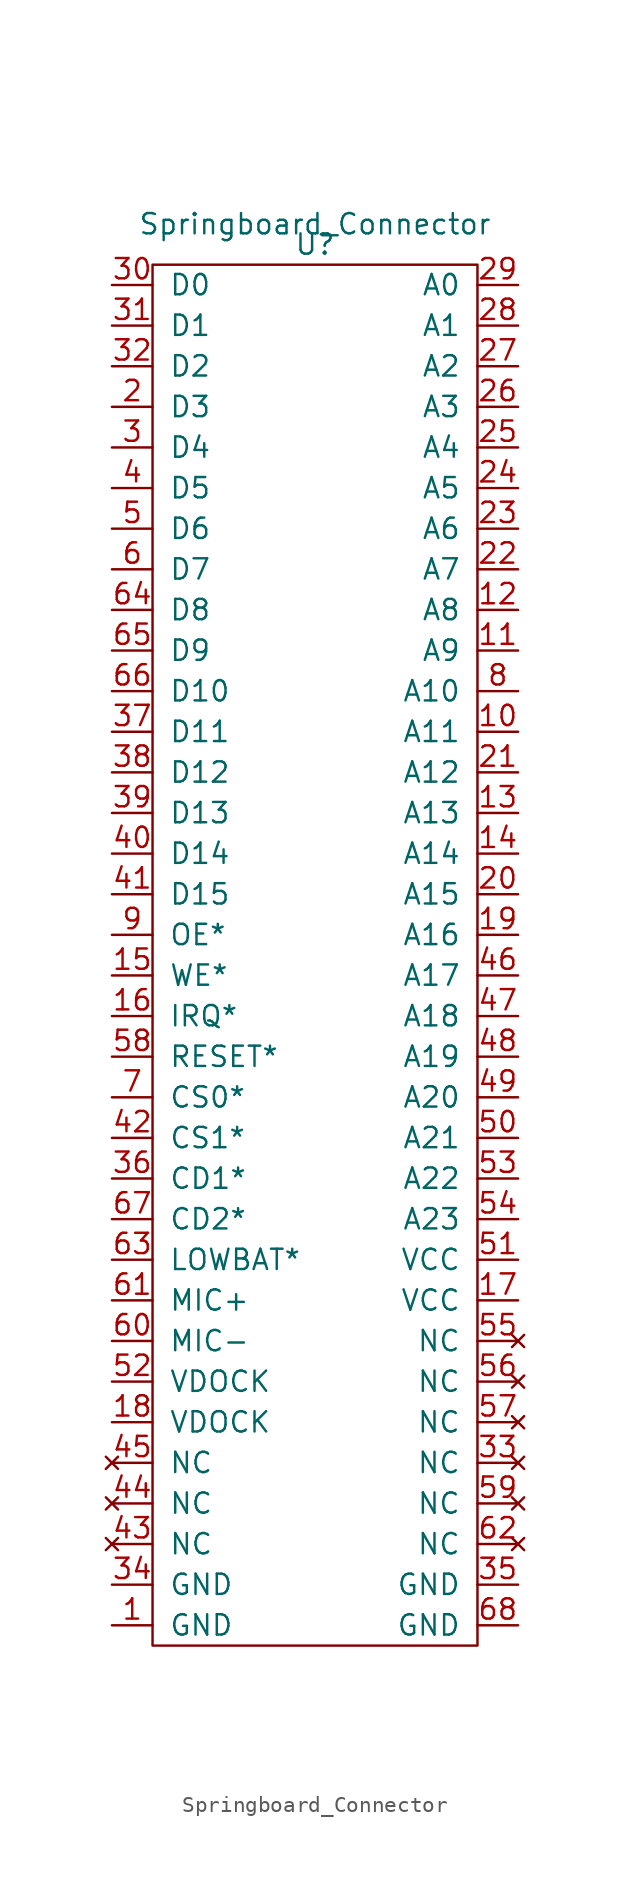
<source format=kicad_sym>
(kicad_symbol_lib
  (version 20211014)
  (generator kicad_symbol_editor)
  (symbol "Springboard_Connector"
    (pin_names
      (offset 1.016))
    (property "Reference" "U"
      (at 0 1.27 0)
      (effects (font (size 1.27 1.27))))
    (property "Value" "Springboard_Connector"
      (at 0 2.54 0)
      (effects (font (size 1.27 1.27))))
    (symbol "Springboard_Connector_0_1"
      (rectangle (start -10.16 0) (end 10.16 -86.36) (stroke (width 0) (type default) (color 0 0 0 0)) (fill (type none))))
    (symbol "Springboard_Connector_1_1"
      (pin power_in line (at -12.7 -85.09 0) (length 2.54) (name "GND" (effects (font (size 1.27 1.27)))) (number "1" (effects (font (size 1.27 1.27)))))
      (pin input line (at 12.7 -29.21 180) (length 2.54) (name "A11" (effects (font (size 1.27 1.27)))) (number "10" (effects (font (size 1.27 1.27)))))
      (pin input line (at 12.7 -24.13 180) (length 2.54) (name "A9" (effects (font (size 1.27 1.27)))) (number "11" (effects (font (size 1.27 1.27)))))
      (pin input line (at 12.7 -21.59 180) (length 2.54) (name "A8" (effects (font (size 1.27 1.27)))) (number "12" (effects (font (size 1.27 1.27)))))
      (pin input line (at 12.7 -34.29 180) (length 2.54) (name "A13" (effects (font (size 1.27 1.27)))) (number "13" (effects (font (size 1.27 1.27)))))
      (pin input line (at 12.7 -36.83 180) (length 2.54) (name "A14" (effects (font (size 1.27 1.27)))) (number "14" (effects (font (size 1.27 1.27)))))
      (pin input line (at -12.7 -44.45 0) (length 2.54) (name "WE*" (effects (font (size 1.27 1.27)))) (number "15" (effects (font (size 1.27 1.27)))))
      (pin output line (at -12.7 -46.99 0) (length 2.54) (name "IRQ*" (effects (font (size 1.27 1.27)))) (number "16" (effects (font (size 1.27 1.27)))))
      (pin power_in line (at 12.7 -64.77 180) (length 2.54) (name "VCC" (effects (font (size 1.27 1.27)))) (number "17" (effects (font (size 1.27 1.27)))))
      (pin power_in line (at -12.7 -72.39 0) (length 2.54) (name "VDOCK" (effects (font (size 1.27 1.27)))) (number "18" (effects (font (size 1.27 1.27)))))
      (pin input line (at 12.7 -41.91 180) (length 2.54) (name "A16" (effects (font (size 1.27 1.27)))) (number "19" (effects (font (size 1.27 1.27)))))
      (pin bidirectional line (at -12.7 -8.89 0) (length 2.54) (name "D3" (effects (font (size 1.27 1.27)))) (number "2" (effects (font (size 1.27 1.27)))))
      (pin input line (at 12.7 -39.37 180) (length 2.54) (name "A15" (effects (font (size 1.27 1.27)))) (number "20" (effects (font (size 1.27 1.27)))))
      (pin input line (at 12.7 -31.75 180) (length 2.54) (name "A12" (effects (font (size 1.27 1.27)))) (number "21" (effects (font (size 1.27 1.27)))))
      (pin input line (at 12.7 -19.05 180) (length 2.54) (name "A7" (effects (font (size 1.27 1.27)))) (number "22" (effects (font (size 1.27 1.27)))))
      (pin input line (at 12.7 -16.51 180) (length 2.54) (name "A6" (effects (font (size 1.27 1.27)))) (number "23" (effects (font (size 1.27 1.27)))))
      (pin input line (at 12.7 -13.97 180) (length 2.54) (name "A5" (effects (font (size 1.27 1.27)))) (number "24" (effects (font (size 1.27 1.27)))))
      (pin input line (at 12.7 -11.43 180) (length 2.54) (name "A4" (effects (font (size 1.27 1.27)))) (number "25" (effects (font (size 1.27 1.27)))))
      (pin input line (at 12.7 -8.89 180) (length 2.54) (name "A3" (effects (font (size 1.27 1.27)))) (number "26" (effects (font (size 1.27 1.27)))))
      (pin input line (at 12.7 -6.35 180) (length 2.54) (name "A2" (effects (font (size 1.27 1.27)))) (number "27" (effects (font (size 1.27 1.27)))))
      (pin input line (at 12.7 -3.81 180) (length 2.54) (name "A1" (effects (font (size 1.27 1.27)))) (number "28" (effects (font (size 1.27 1.27)))))
      (pin input line (at 12.7 -1.27 180) (length 2.54) (name "A0" (effects (font (size 1.27 1.27)))) (number "29" (effects (font (size 1.27 1.27)))))
      (pin bidirectional line (at -12.7 -11.43 0) (length 2.54) (name "D4" (effects (font (size 1.27 1.27)))) (number "3" (effects (font (size 1.27 1.27)))))
      (pin bidirectional line (at -12.7 -1.27 0) (length 2.54) (name "D0" (effects (font (size 1.27 1.27)))) (number "30" (effects (font (size 1.27 1.27)))))
      (pin bidirectional line (at -12.7 -3.81 0) (length 2.54) (name "D1" (effects (font (size 1.27 1.27)))) (number "31" (effects (font (size 1.27 1.27)))))
      (pin bidirectional line (at -12.7 -6.35 0) (length 2.54) (name "D2" (effects (font (size 1.27 1.27)))) (number "32" (effects (font (size 1.27 1.27)))))
      (pin no_connect line (at 12.7 -74.93 180) (length 2.54) (name "NC" (effects (font (size 1.27 1.27)))) (number "33" (effects (font (size 1.27 1.27)))))
      (pin power_in line (at -12.7 -82.55 0) (length 2.54) (name "GND" (effects (font (size 1.27 1.27)))) (number "34" (effects (font (size 1.27 1.27)))))
      (pin power_in line (at 12.7 -82.55 180) (length 2.54) (name "GND" (effects (font (size 1.27 1.27)))) (number "35" (effects (font (size 1.27 1.27)))))
      (pin output line (at -12.7 -57.15 0) (length 2.54) (name "CD1*" (effects (font (size 1.27 1.27)))) (number "36" (effects (font (size 1.27 1.27)))))
      (pin bidirectional line (at -12.7 -29.21 0) (length 2.54) (name "D11" (effects (font (size 1.27 1.27)))) (number "37" (effects (font (size 1.27 1.27)))))
      (pin bidirectional line (at -12.7 -31.75 0) (length 2.54) (name "D12" (effects (font (size 1.27 1.27)))) (number "38" (effects (font (size 1.27 1.27)))))
      (pin bidirectional line (at -12.7 -34.29 0) (length 2.54) (name "D13" (effects (font (size 1.27 1.27)))) (number "39" (effects (font (size 1.27 1.27)))))
      (pin bidirectional line (at -12.7 -13.97 0) (length 2.54) (name "D5" (effects (font (size 1.27 1.27)))) (number "4" (effects (font (size 1.27 1.27)))))
      (pin bidirectional line (at -12.7 -36.83 0) (length 2.54) (name "D14" (effects (font (size 1.27 1.27)))) (number "40" (effects (font (size 1.27 1.27)))))
      (pin bidirectional line (at -12.7 -39.37 0) (length 2.54) (name "D15" (effects (font (size 1.27 1.27)))) (number "41" (effects (font (size 1.27 1.27)))))
      (pin input line (at -12.7 -54.61 0) (length 2.54) (name "CS1*" (effects (font (size 1.27 1.27)))) (number "42" (effects (font (size 1.27 1.27)))))
      (pin no_connect line (at -12.7 -80.01 0) (length 2.54) (name "NC" (effects (font (size 1.27 1.27)))) (number "43" (effects (font (size 1.27 1.27)))))
      (pin no_connect line (at -12.7 -77.47 0) (length 2.54) (name "NC" (effects (font (size 1.27 1.27)))) (number "44" (effects (font (size 1.27 1.27)))))
      (pin no_connect line (at -12.7 -74.93 0) (length 2.54) (name "NC" (effects (font (size 1.27 1.27)))) (number "45" (effects (font (size 1.27 1.27)))))
      (pin input line (at 12.7 -44.45 180) (length 2.54) (name "A17" (effects (font (size 1.27 1.27)))) (number "46" (effects (font (size 1.27 1.27)))))
      (pin input line (at 12.7 -46.99 180) (length 2.54) (name "A18" (effects (font (size 1.27 1.27)))) (number "47" (effects (font (size 1.27 1.27)))))
      (pin input line (at 12.7 -49.53 180) (length 2.54) (name "A19" (effects (font (size 1.27 1.27)))) (number "48" (effects (font (size 1.27 1.27)))))
      (pin input line (at 12.7 -52.07 180) (length 2.54) (name "A20" (effects (font (size 1.27 1.27)))) (number "49" (effects (font (size 1.27 1.27)))))
      (pin bidirectional line (at -12.7 -16.51 0) (length 2.54) (name "D6" (effects (font (size 1.27 1.27)))) (number "5" (effects (font (size 1.27 1.27)))))
      (pin input line (at 12.7 -54.61 180) (length 2.54) (name "A21" (effects (font (size 1.27 1.27)))) (number "50" (effects (font (size 1.27 1.27)))))
      (pin power_in line (at 12.7 -62.23 180) (length 2.54) (name "VCC" (effects (font (size 1.27 1.27)))) (number "51" (effects (font (size 1.27 1.27)))))
      (pin power_in line (at -12.7 -69.85 0) (length 2.54) (name "VDOCK" (effects (font (size 1.27 1.27)))) (number "52" (effects (font (size 1.27 1.27)))))
      (pin input line (at 12.7 -57.15 180) (length 2.54) (name "A22" (effects (font (size 1.27 1.27)))) (number "53" (effects (font (size 1.27 1.27)))))
      (pin input line (at 12.7 -59.69 180) (length 2.54) (name "A23" (effects (font (size 1.27 1.27)))) (number "54" (effects (font (size 1.27 1.27)))))
      (pin no_connect line (at 12.7 -67.31 180) (length 2.54) (name "NC" (effects (font (size 1.27 1.27)))) (number "55" (effects (font (size 1.27 1.27)))))
      (pin no_connect line (at 12.7 -69.85 180) (length 2.54) (name "NC" (effects (font (size 1.27 1.27)))) (number "56" (effects (font (size 1.27 1.27)))))
      (pin no_connect line (at 12.7 -72.39 180) (length 2.54) (name "NC" (effects (font (size 1.27 1.27)))) (number "57" (effects (font (size 1.27 1.27)))))
      (pin input line (at -12.7 -49.53 0) (length 2.54) (name "RESET*" (effects (font (size 1.27 1.27)))) (number "58" (effects (font (size 1.27 1.27)))))
      (pin no_connect line (at 12.7 -77.47 180) (length 2.54) (name "NC" (effects (font (size 1.27 1.27)))) (number "59" (effects (font (size 1.27 1.27)))))
      (pin bidirectional line (at -12.7 -19.05 0) (length 2.54) (name "D7" (effects (font (size 1.27 1.27)))) (number "6" (effects (font (size 1.27 1.27)))))
      (pin input line (at -12.7 -67.31 0) (length 2.54) (name "MIC-" (effects (font (size 1.27 1.27)))) (number "60" (effects (font (size 1.27 1.27)))))
      (pin input line (at -12.7 -64.77 0) (length 2.54) (name "MIC+" (effects (font (size 1.27 1.27)))) (number "61" (effects (font (size 1.27 1.27)))))
      (pin no_connect line (at 12.7 -80.01 180) (length 2.54) (name "NC" (effects (font (size 1.27 1.27)))) (number "62" (effects (font (size 1.27 1.27)))))
      (pin input line (at -12.7 -62.23 0) (length 2.54) (name "LOWBAT*" (effects (font (size 1.27 1.27)))) (number "63" (effects (font (size 1.27 1.27)))))
      (pin bidirectional line (at -12.7 -21.59 0) (length 2.54) (name "D8" (effects (font (size 1.27 1.27)))) (number "64" (effects (font (size 1.27 1.27)))))
      (pin bidirectional line (at -12.7 -24.13 0) (length 2.54) (name "D9" (effects (font (size 1.27 1.27)))) (number "65" (effects (font (size 1.27 1.27)))))
      (pin bidirectional line (at -12.7 -26.67 0) (length 2.54) (name "D10" (effects (font (size 1.27 1.27)))) (number "66" (effects (font (size 1.27 1.27)))))
      (pin output line (at -12.7 -59.69 0) (length 2.54) (name "CD2*" (effects (font (size 1.27 1.27)))) (number "67" (effects (font (size 1.27 1.27)))))
      (pin power_in line (at 12.7 -85.09 180) (length 2.54) (name "GND" (effects (font (size 1.27 1.27)))) (number "68" (effects (font (size 1.27 1.27)))))
      (pin input line (at -12.7 -52.07 0) (length 2.54) (name "CS0*" (effects (font (size 1.27 1.27)))) (number "7" (effects (font (size 1.27 1.27)))))
      (pin input line (at 12.7 -26.67 180) (length 2.54) (name "A10" (effects (font (size 1.27 1.27)))) (number "8" (effects (font (size 1.27 1.27)))))
      (pin input line (at -12.7 -41.91 0) (length 2.54) (name "OE*" (effects (font (size 1.27 1.27)))) (number "9" (effects (font (size 1.27 1.27))))))))
</source>
